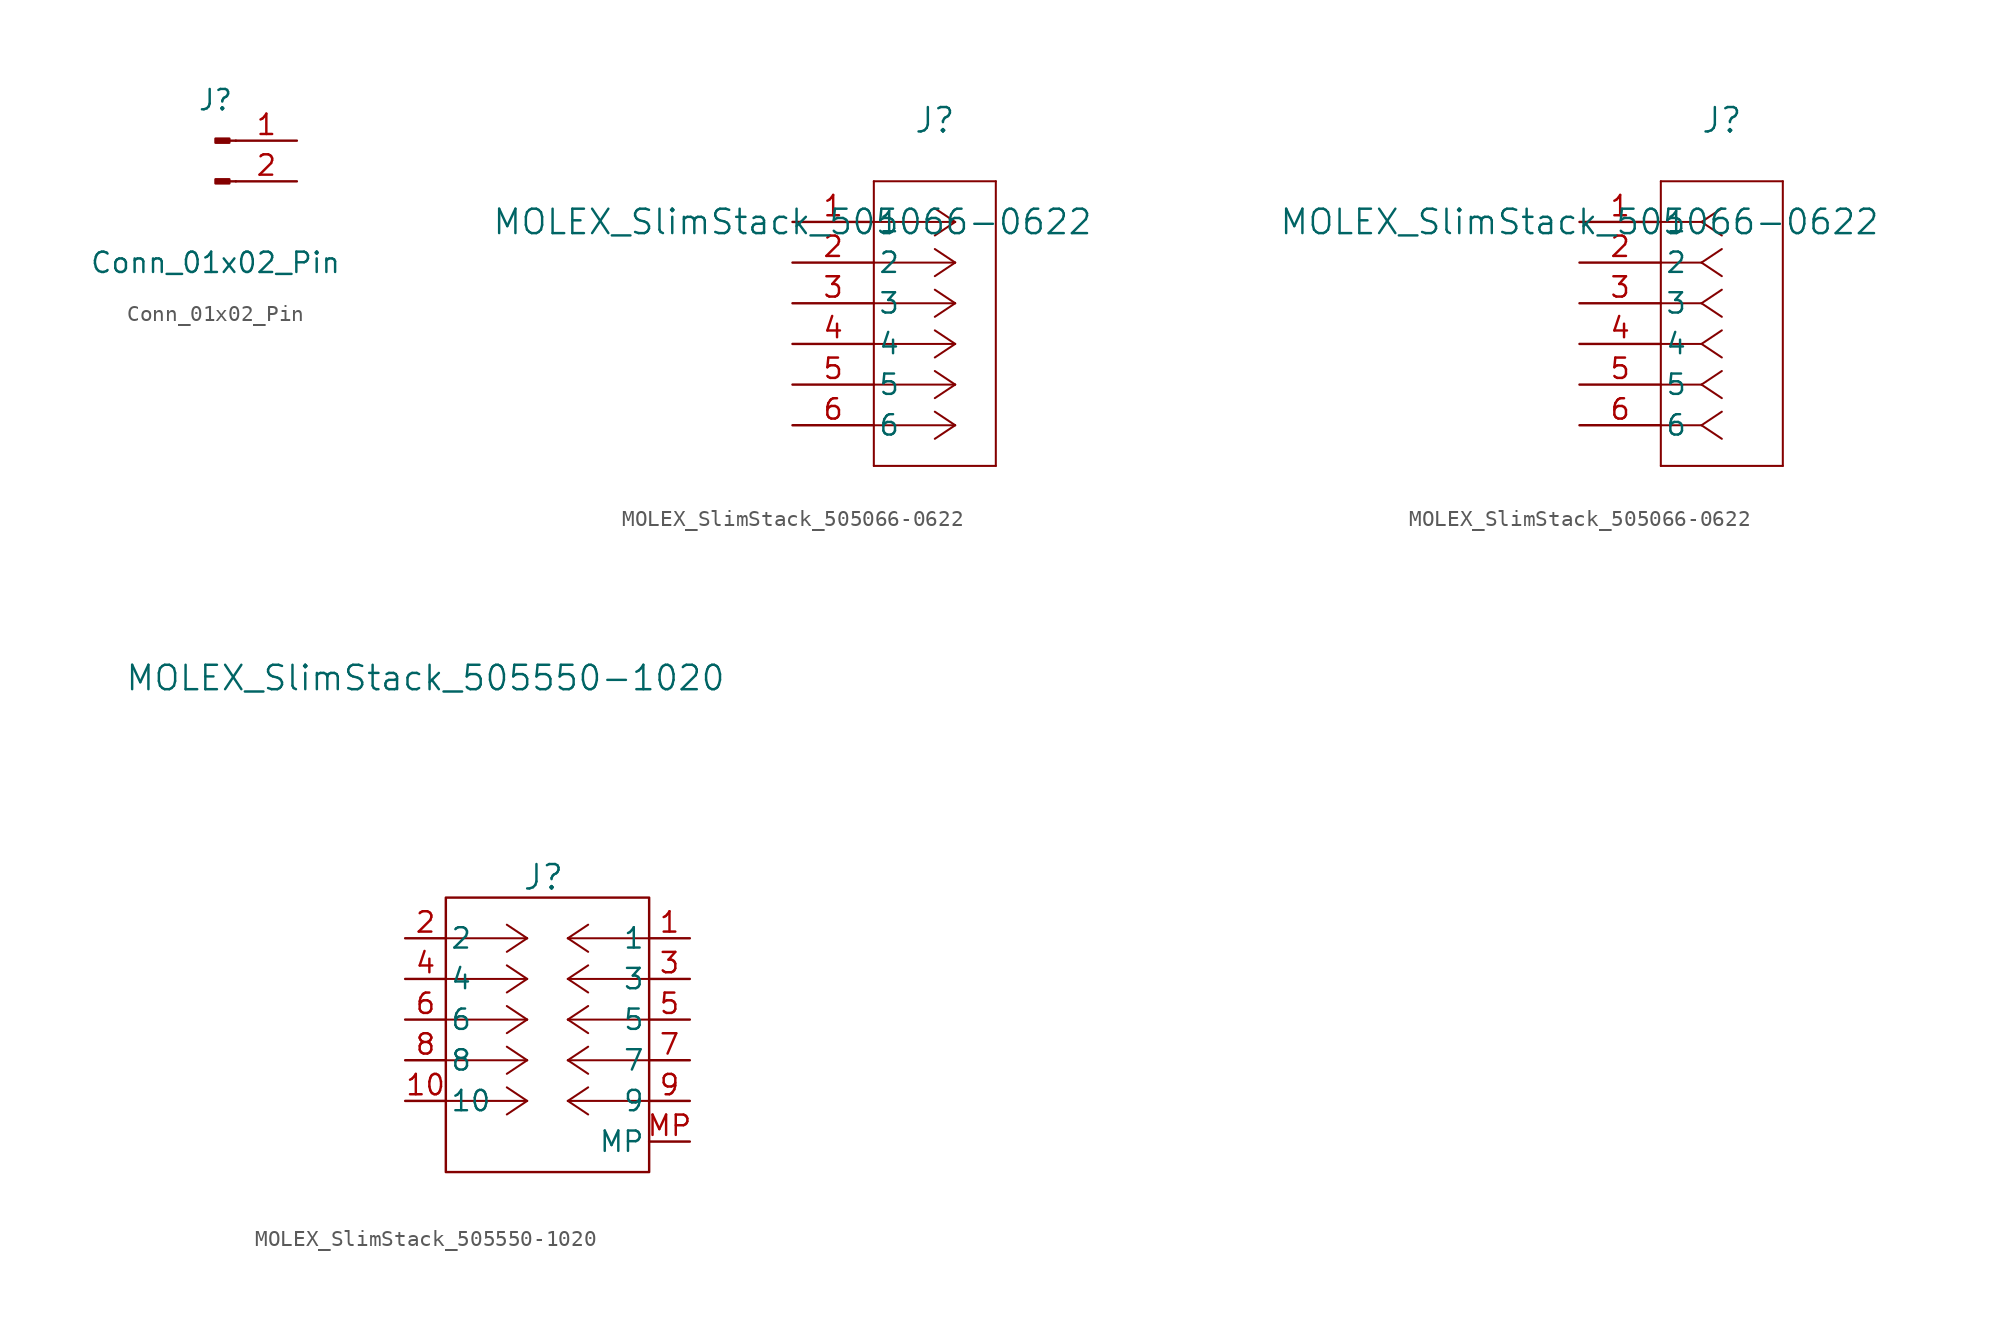
<source format=kicad_sym>
(kicad_symbol_lib
  (version 20241209)
  (generator "kicad_symbol_editor")
  (generator_version "9.0")
  (symbol "Conn_01x02_Pin"
    (pin_names
      (offset 1.016)
      (hide yes))
    (property "Reference" "J"
      (at 0 5.08 0)
      (effects (font (size 1.27 1.27))))
    (property "Value" "Conn_01x02_Pin"
      (at 0 -5.08 0)
      (effects (font (size 1.27 1.27))))
    (symbol "Conn_01x02_Pin_1_1"
      (rectangle (start 0.864 2.667) (end 0 2.413) (stroke (width 0.152) (type default)) (fill (type outline)))
      (rectangle (start 0.864 0.127) (end 0 -0.127) (stroke (width 0.152) (type default)) (fill (type outline)))
      (polyline (pts (xy 1.27 2.54) (xy 0.864 2.54)) (stroke (width 0.152) (type default)) (fill (type none)))
      (polyline (pts (xy 1.27 0) (xy 0.864 0)) (stroke (width 0.152) (type default)) (fill (type none)))
      (pin passive line (at 5.08 2.54 180) (length 3.81) (name "Pin_1" (effects (font (size 1.27 1.27)))) (number "1" (effects (font (size 1.27 1.27)))))
      (pin passive line (at 5.08 0 180) (length 3.81) (name "Pin_2" (effects (font (size 1.27 1.27)))) (number "2" (effects (font (size 1.27 1.27)))))))
  (symbol "MOLEX_SlimStack_505066-0622"
    (pin_names
      (offset 0.254))
    (property "Reference" "J"
      (at 8.89 6.35 0)
      (effects (font (size 1.524 1.524))))
    (property "Value" "MOLEX_SlimStack_505066-0622"
      (at 0 0 0)
      (effects (font (size 1.524 1.524))))
    (symbol "MOLEX_SlimStack_505066-0622_1_1"
      (polyline (pts (xy 5.08 2.54) (xy 5.08 -15.24)) (stroke (width 0.127) (type default)) (fill (type none)))
      (polyline (pts (xy 5.08 -15.24) (xy 12.7 -15.24)) (stroke (width 0.127) (type default)) (fill (type none)))
      (polyline (pts (xy 10.16 0) (xy 5.08 0)) (stroke (width 0.127) (type default)) (fill (type none)))
      (polyline (pts (xy 10.16 0) (xy 8.89 0.847)) (stroke (width 0.127) (type default)) (fill (type none)))
      (polyline (pts (xy 10.16 0) (xy 8.89 -0.847)) (stroke (width 0.127) (type default)) (fill (type none)))
      (polyline (pts (xy 10.16 -2.54) (xy 5.08 -2.54)) (stroke (width 0.127) (type default)) (fill (type none)))
      (polyline (pts (xy 10.16 -2.54) (xy 8.89 -1.693)) (stroke (width 0.127) (type default)) (fill (type none)))
      (polyline (pts (xy 10.16 -2.54) (xy 8.89 -3.387)) (stroke (width 0.127) (type default)) (fill (type none)))
      (polyline (pts (xy 10.16 -5.08) (xy 5.08 -5.08)) (stroke (width 0.127) (type default)) (fill (type none)))
      (polyline (pts (xy 10.16 -5.08) (xy 8.89 -4.233)) (stroke (width 0.127) (type default)) (fill (type none)))
      (polyline (pts (xy 10.16 -5.08) (xy 8.89 -5.927)) (stroke (width 0.127) (type default)) (fill (type none)))
      (polyline (pts (xy 10.16 -7.62) (xy 5.08 -7.62)) (stroke (width 0.127) (type default)) (fill (type none)))
      (polyline (pts (xy 10.16 -7.62) (xy 8.89 -6.773)) (stroke (width 0.127) (type default)) (fill (type none)))
      (polyline (pts (xy 10.16 -7.62) (xy 8.89 -8.467)) (stroke (width 0.127) (type default)) (fill (type none)))
      (polyline (pts (xy 10.16 -10.16) (xy 5.08 -10.16)) (stroke (width 0.127) (type default)) (fill (type none)))
      (polyline (pts (xy 10.16 -10.16) (xy 8.89 -9.313)) (stroke (width 0.127) (type default)) (fill (type none)))
      (polyline (pts (xy 10.16 -10.16) (xy 8.89 -11.007)) (stroke (width 0.127) (type default)) (fill (type none)))
      (polyline (pts (xy 10.16 -12.7) (xy 5.08 -12.7)) (stroke (width 0.127) (type default)) (fill (type none)))
      (polyline (pts (xy 10.16 -12.7) (xy 8.89 -11.853)) (stroke (width 0.127) (type default)) (fill (type none)))
      (polyline (pts (xy 10.16 -12.7) (xy 8.89 -13.547)) (stroke (width 0.127) (type default)) (fill (type none)))
      (polyline (pts (xy 12.7 2.54) (xy 5.08 2.54)) (stroke (width 0.127) (type default)) (fill (type none)))
      (polyline (pts (xy 12.7 -15.24) (xy 12.7 2.54)) (stroke (width 0.127) (type default)) (fill (type none)))
      (pin unspecified line (at 0 0 0) (length 5.08) (name "1" (effects (font (size 1.27 1.27)))) (number "1" (effects (font (size 1.27 1.27)))))
      (pin unspecified line (at 0 -2.54 0) (length 5.08) (name "2" (effects (font (size 1.27 1.27)))) (number "2" (effects (font (size 1.27 1.27)))))
      (pin unspecified line (at 0 -5.08 0) (length 5.08) (name "3" (effects (font (size 1.27 1.27)))) (number "3" (effects (font (size 1.27 1.27)))))
      (pin unspecified line (at 0 -7.62 0) (length 5.08) (name "4" (effects (font (size 1.27 1.27)))) (number "4" (effects (font (size 1.27 1.27)))))
      (pin unspecified line (at 0 -10.16 0) (length 5.08) (name "5" (effects (font (size 1.27 1.27)))) (number "5" (effects (font (size 1.27 1.27)))))
      (pin unspecified line (at 0 -12.7 0) (length 5.08) (name "6" (effects (font (size 1.27 1.27)))) (number "6" (effects (font (size 1.27 1.27))))))
    (symbol "MOLEX_SlimStack_505066-0622_1_2"
      (polyline (pts (xy 5.08 2.54) (xy 5.08 -15.24)) (stroke (width 0.127) (type default)) (fill (type none)))
      (polyline (pts (xy 5.08 -15.24) (xy 12.7 -15.24)) (stroke (width 0.127) (type default)) (fill (type none)))
      (polyline (pts (xy 7.62 0) (xy 5.08 0)) (stroke (width 0.127) (type default)) (fill (type none)))
      (polyline (pts (xy 7.62 0) (xy 8.89 0.847)) (stroke (width 0.127) (type default)) (fill (type none)))
      (polyline (pts (xy 7.62 0) (xy 8.89 -0.847)) (stroke (width 0.127) (type default)) (fill (type none)))
      (polyline (pts (xy 7.62 -2.54) (xy 5.08 -2.54)) (stroke (width 0.127) (type default)) (fill (type none)))
      (polyline (pts (xy 7.62 -2.54) (xy 8.89 -1.693)) (stroke (width 0.127) (type default)) (fill (type none)))
      (polyline (pts (xy 7.62 -2.54) (xy 8.89 -3.387)) (stroke (width 0.127) (type default)) (fill (type none)))
      (polyline (pts (xy 7.62 -5.08) (xy 5.08 -5.08)) (stroke (width 0.127) (type default)) (fill (type none)))
      (polyline (pts (xy 7.62 -5.08) (xy 8.89 -4.233)) (stroke (width 0.127) (type default)) (fill (type none)))
      (polyline (pts (xy 7.62 -5.08) (xy 8.89 -5.927)) (stroke (width 0.127) (type default)) (fill (type none)))
      (polyline (pts (xy 7.62 -7.62) (xy 5.08 -7.62)) (stroke (width 0.127) (type default)) (fill (type none)))
      (polyline (pts (xy 7.62 -7.62) (xy 8.89 -6.773)) (stroke (width 0.127) (type default)) (fill (type none)))
      (polyline (pts (xy 7.62 -7.62) (xy 8.89 -8.467)) (stroke (width 0.127) (type default)) (fill (type none)))
      (polyline (pts (xy 7.62 -10.16) (xy 5.08 -10.16)) (stroke (width 0.127) (type default)) (fill (type none)))
      (polyline (pts (xy 7.62 -10.16) (xy 8.89 -9.313)) (stroke (width 0.127) (type default)) (fill (type none)))
      (polyline (pts (xy 7.62 -10.16) (xy 8.89 -11.007)) (stroke (width 0.127) (type default)) (fill (type none)))
      (polyline (pts (xy 7.62 -12.7) (xy 5.08 -12.7)) (stroke (width 0.127) (type default)) (fill (type none)))
      (polyline (pts (xy 7.62 -12.7) (xy 8.89 -11.853)) (stroke (width 0.127) (type default)) (fill (type none)))
      (polyline (pts (xy 7.62 -12.7) (xy 8.89 -13.547)) (stroke (width 0.127) (type default)) (fill (type none)))
      (polyline (pts (xy 12.7 2.54) (xy 5.08 2.54)) (stroke (width 0.127) (type default)) (fill (type none)))
      (polyline (pts (xy 12.7 -15.24) (xy 12.7 2.54)) (stroke (width 0.127) (type default)) (fill (type none)))
      (pin unspecified line (at 0 0 0) (length 5.08) (name "1" (effects (font (size 1.27 1.27)))) (number "1" (effects (font (size 1.27 1.27)))))
      (pin unspecified line (at 0 -2.54 0) (length 5.08) (name "2" (effects (font (size 1.27 1.27)))) (number "2" (effects (font (size 1.27 1.27)))))
      (pin unspecified line (at 0 -5.08 0) (length 5.08) (name "3" (effects (font (size 1.27 1.27)))) (number "3" (effects (font (size 1.27 1.27)))))
      (pin unspecified line (at 0 -7.62 0) (length 5.08) (name "4" (effects (font (size 1.27 1.27)))) (number "4" (effects (font (size 1.27 1.27)))))
      (pin unspecified line (at 0 -10.16 0) (length 5.08) (name "5" (effects (font (size 1.27 1.27)))) (number "5" (effects (font (size 1.27 1.27)))))
      (pin unspecified line (at 0 -12.7 0) (length 5.08) (name "6" (effects (font (size 1.27 1.27)))) (number "6" (effects (font (size 1.27 1.27)))))))
  (symbol "MOLEX_SlimStack_505550-1020"
    (pin_names
      (offset 0.254))
    (property "Reference" "J"
      (at 6.096 1.27 0)
      (effects (font (size 1.524 1.524))))
    (property "Value" "MOLEX_SlimStack_505550-1020"
      (at -1.27 13.716 0)
      (effects (font (size 1.524 1.524))))
    (symbol "MOLEX_SlimStack_505550-1020_0_1"
      (rectangle (start 0 0) (end 12.7 -17.145) (stroke (width 0) (type default)) (fill (type none))))
    (symbol "MOLEX_SlimStack_505550-1020_1_0"
      (pin passive line (at -2.54 -10.16 0) (length 2.54) (name "8" (effects (font (size 1.27 1.27)))) (number "8" (effects (font (size 1.27 1.27)))))
      (pin passive line (at -2.54 -12.7 0) (length 2.54) (name "10" (effects (font (size 1.27 1.27)))) (number "10" (effects (font (size 1.27 1.27)))))
      (pin passive line (at 15.24 -10.16 180) (length 2.54) (name "7" (effects (font (size 1.27 1.27)))) (number "7" (effects (font (size 1.27 1.27)))))
      (pin passive line (at 15.24 -12.7 180) (length 2.54) (name "9" (effects (font (size 1.27 1.27)))) (number "9" (effects (font (size 1.27 1.27)))))
      (pin passive line (at 15.24 -15.24 180) (length 2.54) (name "MP" (effects (font (size 1.27 1.27)))) (number "MP" (effects (font (size 1.27 1.27))))))
    (symbol "MOLEX_SlimStack_505550-1020_1_1"
      (polyline (pts (xy 5.08 -2.54) (xy 0 -2.54)) (stroke (width 0.127) (type default)) (fill (type none)))
      (polyline (pts (xy 5.08 -2.54) (xy 3.81 -1.693)) (stroke (width 0.127) (type default)) (fill (type none)))
      (polyline (pts (xy 5.08 -2.54) (xy 3.81 -3.387)) (stroke (width 0.127) (type default)) (fill (type none)))
      (polyline (pts (xy 5.08 -5.08) (xy 0 -5.08)) (stroke (width 0.127) (type default)) (fill (type none)))
      (polyline (pts (xy 5.08 -5.08) (xy 3.81 -4.233)) (stroke (width 0.127) (type default)) (fill (type none)))
      (polyline (pts (xy 5.08 -5.08) (xy 3.81 -5.927)) (stroke (width 0.127) (type default)) (fill (type none)))
      (polyline (pts (xy 5.08 -7.62) (xy 0 -7.62)) (stroke (width 0.127) (type default)) (fill (type none)))
      (polyline (pts (xy 5.08 -7.62) (xy 3.81 -6.773)) (stroke (width 0.127) (type default)) (fill (type none)))
      (polyline (pts (xy 5.08 -7.62) (xy 3.81 -8.467)) (stroke (width 0.127) (type default)) (fill (type none)))
      (polyline (pts (xy 5.08 -10.16) (xy 0 -10.16)) (stroke (width 0.127) (type default)) (fill (type none)))
      (polyline (pts (xy 5.08 -10.16) (xy 3.81 -9.313)) (stroke (width 0.127) (type default)) (fill (type none)))
      (polyline (pts (xy 5.08 -10.16) (xy 3.81 -11.007)) (stroke (width 0.127) (type default)) (fill (type none)))
      (polyline (pts (xy 5.08 -12.7) (xy 0 -12.7)) (stroke (width 0.127) (type default)) (fill (type none)))
      (polyline (pts (xy 5.08 -12.7) (xy 3.81 -11.853)) (stroke (width 0.127) (type default)) (fill (type none)))
      (polyline (pts (xy 5.08 -12.7) (xy 3.81 -13.547)) (stroke (width 0.127) (type default)) (fill (type none)))
      (polyline (pts (xy 7.62 -2.54) (xy 8.89 -1.693)) (stroke (width 0.127) (type default)) (fill (type none)))
      (polyline (pts (xy 7.62 -2.54) (xy 8.89 -3.387)) (stroke (width 0.127) (type default)) (fill (type none)))
      (polyline (pts (xy 7.62 -2.54) (xy 12.7 -2.54)) (stroke (width 0.127) (type default)) (fill (type none)))
      (polyline (pts (xy 7.62 -5.08) (xy 8.89 -4.233)) (stroke (width 0.127) (type default)) (fill (type none)))
      (polyline (pts (xy 7.62 -5.08) (xy 8.89 -5.927)) (stroke (width 0.127) (type default)) (fill (type none)))
      (polyline (pts (xy 7.62 -5.08) (xy 12.7 -5.08)) (stroke (width 0.127) (type default)) (fill (type none)))
      (polyline (pts (xy 7.62 -7.62) (xy 8.89 -6.773)) (stroke (width 0.127) (type default)) (fill (type none)))
      (polyline (pts (xy 7.62 -7.62) (xy 8.89 -8.467)) (stroke (width 0.127) (type default)) (fill (type none)))
      (polyline (pts (xy 7.62 -7.62) (xy 12.7 -7.62)) (stroke (width 0.127) (type default)) (fill (type none)))
      (polyline (pts (xy 7.62 -10.16) (xy 8.89 -9.313)) (stroke (width 0.127) (type default)) (fill (type none)))
      (polyline (pts (xy 7.62 -10.16) (xy 8.89 -11.007)) (stroke (width 0.127) (type default)) (fill (type none)))
      (polyline (pts (xy 7.62 -10.16) (xy 12.7 -10.16)) (stroke (width 0.127) (type default)) (fill (type none)))
      (polyline (pts (xy 7.62 -12.7) (xy 8.89 -11.853)) (stroke (width 0.127) (type default)) (fill (type none)))
      (polyline (pts (xy 7.62 -12.7) (xy 8.89 -13.547)) (stroke (width 0.127) (type default)) (fill (type none)))
      (polyline (pts (xy 7.62 -12.7) (xy 12.7 -12.7)) (stroke (width 0.127) (type default)) (fill (type none)))
      (pin passive line (at -2.54 -2.54 0) (length 2.54) (name "2" (effects (font (size 1.27 1.27)))) (number "2" (effects (font (size 1.27 1.27)))))
      (pin passive line (at -2.54 -5.08 0) (length 2.54) (name "4" (effects (font (size 1.27 1.27)))) (number "4" (effects (font (size 1.27 1.27)))))
      (pin passive line (at -2.54 -7.62 0) (length 2.54) (name "6" (effects (font (size 1.27 1.27)))) (number "6" (effects (font (size 1.27 1.27)))))
      (pin passive line (at 15.24 -2.54 180) (length 2.54) (name "1" (effects (font (size 1.27 1.27)))) (number "1" (effects (font (size 1.27 1.27)))))
      (pin passive line (at 15.24 -5.08 180) (length 2.54) (name "3" (effects (font (size 1.27 1.27)))) (number "3" (effects (font (size 1.27 1.27)))))
      (pin passive line (at 15.24 -7.62 180) (length 2.54) (name "5" (effects (font (size 1.27 1.27)))) (number "5" (effects (font (size 1.27 1.27))))))))
</source>
